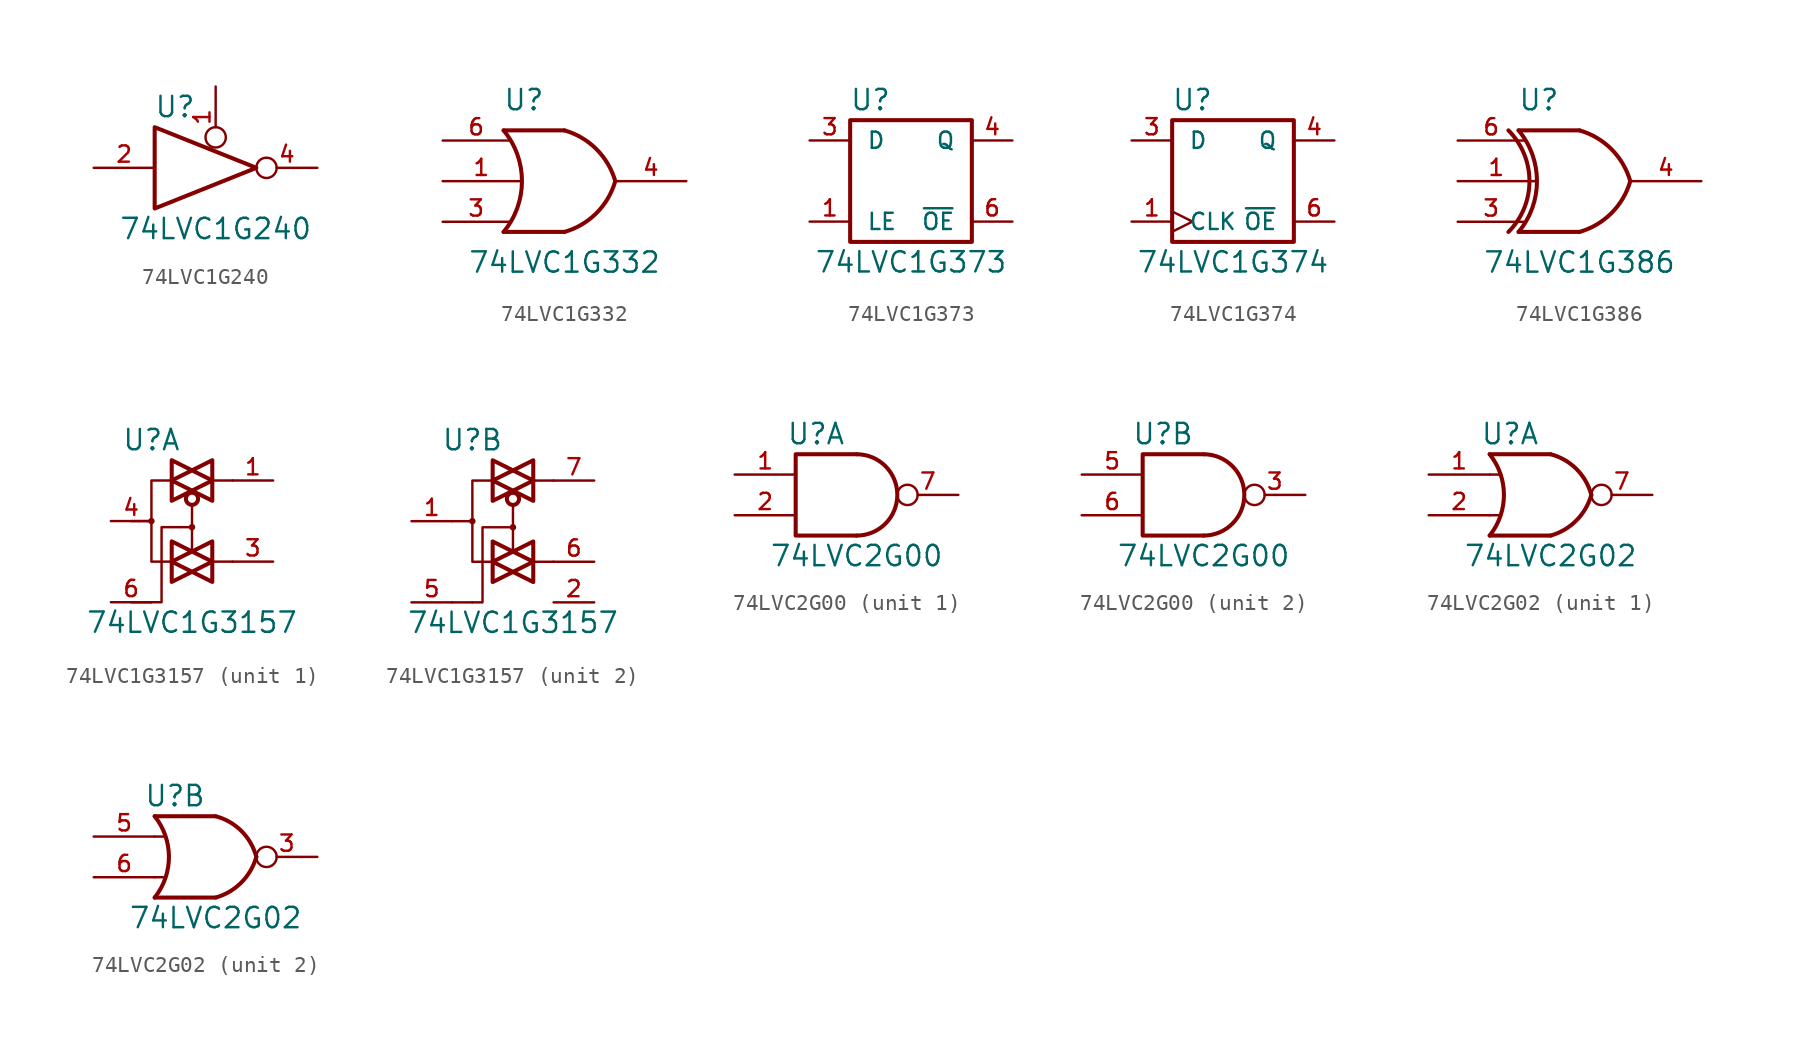
<source format=kicad_sym>
(kicad_symbol_lib
  (version 20211014)
  (generator kicad_symbol_editor)
  (symbol "74LVC1G240"
    (pin_names
      (offset 1.016))
    (property "Reference" "U"
      (at -2.54 3.81 0)
      (effects (font (size 1.27 1.27))))
    (property "Value" "74LVC1G240"
      (at 0 -3.81 0)
      (effects (font (size 1.27 1.27))))
    (symbol "74LVC1G240_0_1"
      (polyline (pts (xy -3.81 2.54) (xy -3.81 -2.54) (xy 2.54 0) (xy -3.81 2.54)) (stroke (width 0.254) (type default) (color 0 0 0 0)) (fill (type none))))
    (symbol "74LVC1G240_1_1"
      (pin input inverted (at 0 5.08 270) (length 3.81) (name "~" (effects (font (size 1.016 1.016)))) (number "1" (effects (font (size 1.016 1.016)))))
      (pin input line (at -7.62 0 0) (length 3.81) (name "~" (effects (font (size 1.016 1.016)))) (number "2" (effects (font (size 1.016 1.016)))))
      (pin power_in line (at 1.27 -1.27 270) (length 0) hide (name "GND" (effects (font (size 1.016 1.016)))) (number "3" (effects (font (size 1.016 1.016)))))
      (pin tri_state inverted (at 6.35 0 180) (length 3.81) (name "~" (effects (font (size 1.016 1.016)))) (number "4" (effects (font (size 1.016 1.016)))))
      (pin power_in line (at 1.27 1.27 90) (length 0) hide (name "VCC" (effects (font (size 1.016 1.016)))) (number "5" (effects (font (size 1.016 1.016)))))))
  (symbol "74LVC1G332"
    (pin_names
      (offset 1.016))
    (property "Reference" "U"
      (at -2.54 5.08 0)
      (effects (font (size 1.27 1.27))))
    (property "Value" "74LVC1G332"
      (at 0 -5.08 0)
      (effects (font (size 1.27 1.27))))
    (symbol "74LVC1G332_0_1"
      (arc (start -3.81 -3.175) (mid -2.6605 0) (end -3.81 3.175) (stroke (width 0.254) (type default) (color 0 0 0 0)) (fill (type none)))
      (arc (start 0 -3.175) (mid 1.9989 -1.9989) (end 3.175 0) (stroke (width 0.254) (type default) (color 0 0 0 0)) (fill (type none)))
      (polyline (pts (xy 0 -3.175) (xy -3.81 -3.175)) (stroke (width 0.254) (type default) (color 0 0 0 0)) (fill (type none)))
      (polyline (pts (xy 0 3.175) (xy -3.81 3.175)) (stroke (width 0.254) (type default) (color 0 0 0 0)) (fill (type none)))
      (arc (start 3.175 0) (mid 1.9989 1.9989) (end 0 3.175) (stroke (width 0.254) (type default) (color 0 0 0 0)) (fill (type none))))
    (symbol "74LVC1G332_1_1"
      (pin input line (at -7.62 0 0) (length 4.826) (name "~" (effects (font (size 1.016 1.016)))) (number "1" (effects (font (size 1.016 1.016)))))
      (pin power_in line (at 0 -3.175 270) (length 0) hide (name "GND" (effects (font (size 1.016 1.016)))) (number "2" (effects (font (size 1.016 1.016)))))
      (pin input line (at -7.62 -2.54 0) (length 4.191) (name "~" (effects (font (size 1.016 1.016)))) (number "3" (effects (font (size 1.016 1.016)))))
      (pin output line (at 7.62 0 180) (length 4.445) (name "~" (effects (font (size 1.016 1.016)))) (number "4" (effects (font (size 1.016 1.016)))))
      (pin power_in line (at 0 3.175 90) (length 0) hide (name "VCC" (effects (font (size 1.016 1.016)))) (number "5" (effects (font (size 1.016 1.016)))))
      (pin input line (at -7.62 2.54 0) (length 4.191) (name "~" (effects (font (size 1.016 1.016)))) (number "6" (effects (font (size 1.016 1.016)))))))
  (symbol "74LVC1G373"
    (pin_names
      (offset 1.016))
    (property "Reference" "U"
      (at -2.54 5.08 0)
      (effects (font (size 1.27 1.27))))
    (property "Value" "74LVC1G373"
      (at 0 -5.08 0)
      (effects (font (size 1.27 1.27))))
    (symbol "74LVC1G373_0_1"
      (rectangle (start -3.81 3.81) (end 3.81 -3.81) (stroke (width 0.254) (type default) (color 0 0 0 0)) (fill (type none))))
    (symbol "74LVC1G373_1_1"
      (pin input line (at -6.35 -2.54 0) (length 2.54) (name "LE" (effects (font (size 1.016 1.016)))) (number "1" (effects (font (size 1.016 1.016)))))
      (pin power_in line (at 0 -3.81 270) (length 0) hide (name "GND" (effects (font (size 1.016 1.016)))) (number "2" (effects (font (size 1.016 1.016)))))
      (pin input line (at -6.35 2.54 0) (length 2.54) (name "D" (effects (font (size 1.016 1.016)))) (number "3" (effects (font (size 1.016 1.016)))))
      (pin tri_state line (at 6.35 2.54 180) (length 2.54) (name "Q" (effects (font (size 1.016 1.016)))) (number "4" (effects (font (size 1.016 1.016)))))
      (pin power_in line (at 0 3.81 90) (length 0) hide (name "VCC" (effects (font (size 1.016 1.016)))) (number "5" (effects (font (size 1.016 1.016)))))
      (pin input line (at 6.35 -2.54 180) (length 2.54) (name "~{OE}" (effects (font (size 1.016 1.016)))) (number "6" (effects (font (size 1.016 1.016)))))))
  (symbol "74LVC1G374"
    (pin_names
      (offset 1.016))
    (property "Reference" "U"
      (at -2.54 5.08 0)
      (effects (font (size 1.27 1.27))))
    (property "Value" "74LVC1G374"
      (at 0 -5.08 0)
      (effects (font (size 1.27 1.27))))
    (symbol "74LVC1G374_0_1"
      (rectangle (start -3.81 3.81) (end 3.81 -3.81) (stroke (width 0.254) (type default) (color 0 0 0 0)) (fill (type none))))
    (symbol "74LVC1G374_1_1"
      (pin input clock (at -6.35 -2.54 0) (length 2.54) (name "CLK" (effects (font (size 1.016 1.016)))) (number "1" (effects (font (size 1.016 1.016)))))
      (pin power_in line (at 0 -3.81 270) (length 0) hide (name "GND" (effects (font (size 1.016 1.016)))) (number "2" (effects (font (size 1.016 1.016)))))
      (pin input line (at -6.35 2.54 0) (length 2.54) (name "D" (effects (font (size 1.016 1.016)))) (number "3" (effects (font (size 1.016 1.016)))))
      (pin tri_state line (at 6.35 2.54 180) (length 2.54) (name "Q" (effects (font (size 1.016 1.016)))) (number "4" (effects (font (size 1.016 1.016)))))
      (pin power_in line (at 0 3.81 90) (length 0) hide (name "VCC" (effects (font (size 1.016 1.016)))) (number "5" (effects (font (size 1.016 1.016)))))
      (pin input line (at 6.35 -2.54 180) (length 2.54) (name "~{OE}" (effects (font (size 1.016 1.016)))) (number "6" (effects (font (size 1.016 1.016)))))))
  (symbol "74LVC1G386"
    (pin_names
      (offset 1.016))
    (property "Reference" "U"
      (at -2.54 5.08 0)
      (effects (font (size 1.27 1.27))))
    (property "Value" "74LVC1G386"
      (at 0 -5.08 0)
      (effects (font (size 1.27 1.27))))
    (symbol "74LVC1G386_0_1"
      (arc (start -4.445 -3.175) (mid -3.1299 0) (end -4.445 3.175) (stroke (width 0.254) (type default) (color 0 0 0 0)) (fill (type none)))
      (arc (start -3.81 -3.175) (mid -2.6605 0) (end -3.81 3.175) (stroke (width 0.254) (type default) (color 0 0 0 0)) (fill (type none)))
      (arc (start 0 -3.175) (mid 1.9989 -1.9989) (end 3.175 0) (stroke (width 0.254) (type default) (color 0 0 0 0)) (fill (type none)))
      (polyline (pts (xy 0 -3.175) (xy -3.81 -3.175)) (stroke (width 0.254) (type default) (color 0 0 0 0)) (fill (type none)))
      (polyline (pts (xy 0 3.175) (xy -3.81 3.175)) (stroke (width 0.254) (type default) (color 0 0 0 0)) (fill (type none)))
      (arc (start 3.175 0) (mid 1.9989 1.9989) (end 0 3.175) (stroke (width 0.254) (type default) (color 0 0 0 0)) (fill (type none))))
    (symbol "74LVC1G386_1_1"
      (pin input line (at -7.62 0 0) (length 4.826) (name "~" (effects (font (size 1.016 1.016)))) (number "1" (effects (font (size 1.016 1.016)))))
      (pin power_in line (at 0 -3.175 270) (length 0) hide (name "GND" (effects (font (size 1.016 1.016)))) (number "2" (effects (font (size 1.016 1.016)))))
      (pin input line (at -7.62 -2.54 0) (length 4.191) (name "~" (effects (font (size 1.016 1.016)))) (number "3" (effects (font (size 1.016 1.016)))))
      (pin output line (at 7.62 0 180) (length 4.445) (name "~" (effects (font (size 1.016 1.016)))) (number "4" (effects (font (size 1.016 1.016)))))
      (pin power_in line (at 0 3.175 90) (length 0) hide (name "VCC" (effects (font (size 1.016 1.016)))) (number "5" (effects (font (size 1.016 1.016)))))
      (pin input line (at -7.62 2.54 0) (length 4.191) (name "~" (effects (font (size 1.016 1.016)))) (number "6" (effects (font (size 1.016 1.016)))))))
  (symbol "74LVC1G3157"
    (pin_names
      (offset 1.016))
    (property "Reference" "U"
      (at -2.54 5.08 0)
      (effects (font (size 1.27 1.27))))
    (property "Value" "74LVC1G3157"
      (at 0 -6.35 0)
      (effects (font (size 1.27 1.27))))
    (symbol "74LVC1G3157_0_1"
      (circle (center -2.54 0) (radius 0.127) (stroke (width 0) (type default) (color 0 0 0 0)) (fill (type none)))
      (circle (center 0 -0.381) (radius 0.127) (stroke (width 0) (type default) (color 0 0 0 0)) (fill (type none)))
      (polyline (pts (xy -3.81 -5.08) (xy -2.54 -5.08)) (stroke (width 0) (type default) (color 0 0 0 0)) (fill (type none)))
      (polyline (pts (xy -3.81 0) (xy -2.54 0)) (stroke (width 0) (type default) (color 0 0 0 0)) (fill (type none)))
      (polyline (pts (xy 2.54 -2.54) (xy 1.27 -2.54)) (stroke (width 0) (type default) (color 0 0 0 0)) (fill (type none)))
      (polyline (pts (xy 2.54 2.54) (xy 1.27 2.54)) (stroke (width 0) (type default) (color 0 0 0 0)) (fill (type none)))
      (polyline (pts (xy 0 1.016) (xy 0 0) (xy 0 -1.905)) (stroke (width 0) (type default) (color 0 0 0 0)) (fill (type none)))
      (polyline (pts (xy -1.27 -2.54) (xy 0 -3.175) (xy -1.27 -3.81) (xy -1.27 -2.54)) (stroke (width 0.254) (type default) (color 0 0 0 0)) (fill (type none)))
      (polyline (pts (xy -1.27 -1.27) (xy -1.27 -2.54) (xy 0 -1.905) (xy -1.27 -1.27)) (stroke (width 0.254) (type default) (color 0 0 0 0)) (fill (type none)))
      (polyline (pts (xy -1.27 2.54) (xy 0 1.905) (xy -1.27 1.27) (xy -1.27 2.54)) (stroke (width 0.254) (type default) (color 0 0 0 0)) (fill (type none)))
      (polyline (pts (xy -1.27 3.81) (xy 0 3.175) (xy -1.27 2.54) (xy -1.27 3.81)) (stroke (width 0.254) (type default) (color 0 0 0 0)) (fill (type none)))
      (polyline (pts (xy 0 -0.381) (xy -1.905 -0.381) (xy -1.905 -5.08) (xy -2.54 -5.08)) (stroke (width 0) (type default) (color 0 0 0 0)) (fill (type none)))
      (polyline (pts (xy 1.27 -2.54) (xy 0 -3.175) (xy 1.27 -3.81) (xy 1.27 -2.54)) (stroke (width 0.254) (type default) (color 0 0 0 0)) (fill (type none)))
      (polyline (pts (xy 1.27 -1.27) (xy 1.27 -2.54) (xy 0 -1.905) (xy 1.27 -1.27)) (stroke (width 0.254) (type default) (color 0 0 0 0)) (fill (type none)))
      (polyline (pts (xy 1.27 2.54) (xy 1.27 1.27) (xy 0 1.905) (xy 1.27 2.54)) (stroke (width 0.254) (type default) (color 0 0 0 0)) (fill (type none)))
      (polyline (pts (xy 1.27 2.54) (xy 1.27 3.81) (xy 0 3.175) (xy 1.27 2.54)) (stroke (width 0.254) (type default) (color 0 0 0 0)) (fill (type none)))
      (polyline (pts (xy -1.27 2.54) (xy -2.54 2.54) (xy -2.54 0) (xy -2.54 -2.54) (xy -1.27 -2.54)) (stroke (width 0) (type default) (color 0 0 0 0)) (fill (type none)))
      (circle (center 0 1.397) (radius 0.381) (stroke (width 0.254) (type default) (color 0 0 0 0)) (fill (type none)))
      (pin power_in line (at 0 -5.08 270) (length 0) hide (name "GND" (effects (font (size 1.016 1.016)))) (number "2" (effects (font (size 1.016 1.016)))))
      (pin power_in line (at 0 5.08 90) (length 0) hide (name "VCC" (effects (font (size 1.016 1.016)))) (number "5" (effects (font (size 1.016 1.016))))))
    (symbol "74LVC1G3157_1_1"
      (pin bidirectional line (at 5.08 2.54 180) (length 2.54) (name "~" (effects (font (size 1.016 1.016)))) (number "1" (effects (font (size 1.016 1.016)))))
      (pin bidirectional line (at 5.08 -2.54 180) (length 2.54) (name "~" (effects (font (size 1.016 1.016)))) (number "3" (effects (font (size 1.016 1.016)))))
      (pin bidirectional line (at -5.08 0 0) (length 2.54) (name "~" (effects (font (size 1.016 1.016)))) (number "4" (effects (font (size 1.016 1.016)))))
      (pin input line (at -5.08 -5.08 0) (length 2.54) (name "~" (effects (font (size 1.016 1.016)))) (number "6" (effects (font (size 1.016 1.016))))))
    (symbol "74LVC1G3157_2_1"
      (pin bidirectional line (at -6.35 0 0) (length 2.54) (name "~" (effects (font (size 1.016 1.016)))) (number "1" (effects (font (size 1.016 1.016)))))
      (pin input line (at 5.08 -5.08 180) (length 2.54) (name "~" (effects (font (size 1.016 1.016)))) (number "2" (effects (font (size 1.016 1.016)))))
      (pin input line (at -6.35 -5.08 0) (length 2.54) (name "~" (effects (font (size 1.016 1.016)))) (number "5" (effects (font (size 1.016 1.016)))))
      (pin bidirectional line (at 5.08 -2.54 180) (length 2.54) (name "~" (effects (font (size 1.016 1.016)))) (number "6" (effects (font (size 1.016 1.016)))))
      (pin bidirectional line (at 5.08 2.54 180) (length 2.54) (name "~" (effects (font (size 1.016 1.016)))) (number "7" (effects (font (size 1.016 1.016)))))))
  (symbol "74LVC2G00"
    (pin_names
      (offset 1.016))
    (property "Reference" "U"
      (at -2.54 3.81 0)
      (effects (font (size 1.27 1.27))))
    (property "Value" "74LVC2G00"
      (at 0 -3.81 0)
      (effects (font (size 1.27 1.27))))
    (symbol "74LVC2G00_0_1"
      (arc (start 0 -2.54) (mid 2.54 0) (end 0 2.54) (stroke (width 0.254) (type default) (color 0 0 0 0)) (fill (type none)))
      (polyline (pts (xy 0 -2.54) (xy -3.81 -2.54) (xy -3.81 2.54) (xy 0 2.54)) (stroke (width 0.254) (type default) (color 0 0 0 0)) (fill (type none)))
      (pin power_in line (at 0 -2.54 270) (length 0) hide (name "GND" (effects (font (size 1.016 1.016)))) (number "4" (effects (font (size 1.016 1.016)))))
      (pin power_in line (at 0 2.54 90) (length 0) hide (name "VCC" (effects (font (size 1.016 1.016)))) (number "8" (effects (font (size 1.016 1.016))))))
    (symbol "74LVC2G00_1_1"
      (pin input line (at -7.62 1.27 0) (length 3.81) (name "~" (effects (font (size 1.016 1.016)))) (number "1" (effects (font (size 1.016 1.016)))))
      (pin input line (at -7.62 -1.27 0) (length 3.81) (name "~" (effects (font (size 1.016 1.016)))) (number "2" (effects (font (size 1.016 1.016)))))
      (pin output inverted (at 6.35 0 180) (length 3.81) (name "~" (effects (font (size 1.016 1.016)))) (number "7" (effects (font (size 1.016 1.016))))))
    (symbol "74LVC2G00_2_1"
      (pin output inverted (at 6.35 0 180) (length 3.81) (name "~" (effects (font (size 1.016 1.016)))) (number "3" (effects (font (size 1.016 1.016)))))
      (pin input line (at -7.62 1.27 0) (length 3.81) (name "~" (effects (font (size 1.016 1.016)))) (number "5" (effects (font (size 1.016 1.016)))))
      (pin input line (at -7.62 -1.27 0) (length 3.81) (name "~" (effects (font (size 1.016 1.016)))) (number "6" (effects (font (size 1.016 1.016)))))))
  (symbol "74LVC2G02"
    (pin_names
      (offset 1.016))
    (property "Reference" "U"
      (at -2.54 3.81 0)
      (effects (font (size 1.27 1.27))))
    (property "Value" "74LVC2G02"
      (at 0 -3.81 0)
      (effects (font (size 1.27 1.27))))
    (symbol "74LVC2G02_0_1"
      (arc (start -3.81 -2.54) (mid -2.919 0) (end -3.81 2.54) (stroke (width 0.254) (type default) (color 0 0 0 0)) (fill (type none)))
      (arc (start 0 -2.54) (mid 1.5993 -1.6027) (end 2.54 0) (stroke (width 0.254) (type default) (color 0 0 0 0)) (fill (type none)))
      (polyline (pts (xy -3.81 -1.27) (xy -3.175 -1.27)) (stroke (width 0) (type default) (color 0 0 0 0)) (fill (type none)))
      (polyline (pts (xy -3.81 1.27) (xy -3.175 1.27)) (stroke (width 0) (type default) (color 0 0 0 0)) (fill (type none)))
      (polyline (pts (xy 0 -2.54) (xy -3.81 -2.54)) (stroke (width 0.254) (type default) (color 0 0 0 0)) (fill (type background)))
      (polyline (pts (xy 0 2.54) (xy -3.81 2.54)) (stroke (width 0.254) (type default) (color 0 0 0 0)) (fill (type background)))
      (arc (start 2.54 0) (mid 1.6119 1.6152) (end 0 2.54) (stroke (width 0.254) (type default) (color 0 0 0 0)) (fill (type none)))
      (pin power_in line (at 0 -2.54 270) (length 0) hide (name "GND" (effects (font (size 1.016 1.016)))) (number "4" (effects (font (size 1.016 1.016)))))
      (pin power_in line (at 0 2.54 90) (length 0) hide (name "VCC" (effects (font (size 1.016 1.016)))) (number "8" (effects (font (size 1.016 1.016))))))
    (symbol "74LVC2G02_1_1"
      (pin input line (at -7.62 1.27 0) (length 3.81) (name "~" (effects (font (size 1.016 1.016)))) (number "1" (effects (font (size 1.016 1.016)))))
      (pin input line (at -7.62 -1.27 0) (length 3.81) (name "~" (effects (font (size 1.016 1.016)))) (number "2" (effects (font (size 1.016 1.016)))))
      (pin output inverted (at 6.35 0 180) (length 3.81) (name "~" (effects (font (size 1.016 1.016)))) (number "7" (effects (font (size 1.016 1.016))))))
    (symbol "74LVC2G02_2_1"
      (pin output inverted (at 6.35 0 180) (length 3.81) (name "~" (effects (font (size 1.016 1.016)))) (number "3" (effects (font (size 1.016 1.016)))))
      (pin input line (at -7.62 1.27 0) (length 3.81) (name "~" (effects (font (size 1.016 1.016)))) (number "5" (effects (font (size 1.016 1.016)))))
      (pin input line (at -7.62 -1.27 0) (length 3.81) (name "~" (effects (font (size 1.016 1.016)))) (number "6" (effects (font (size 1.016 1.016))))))))
</source>
